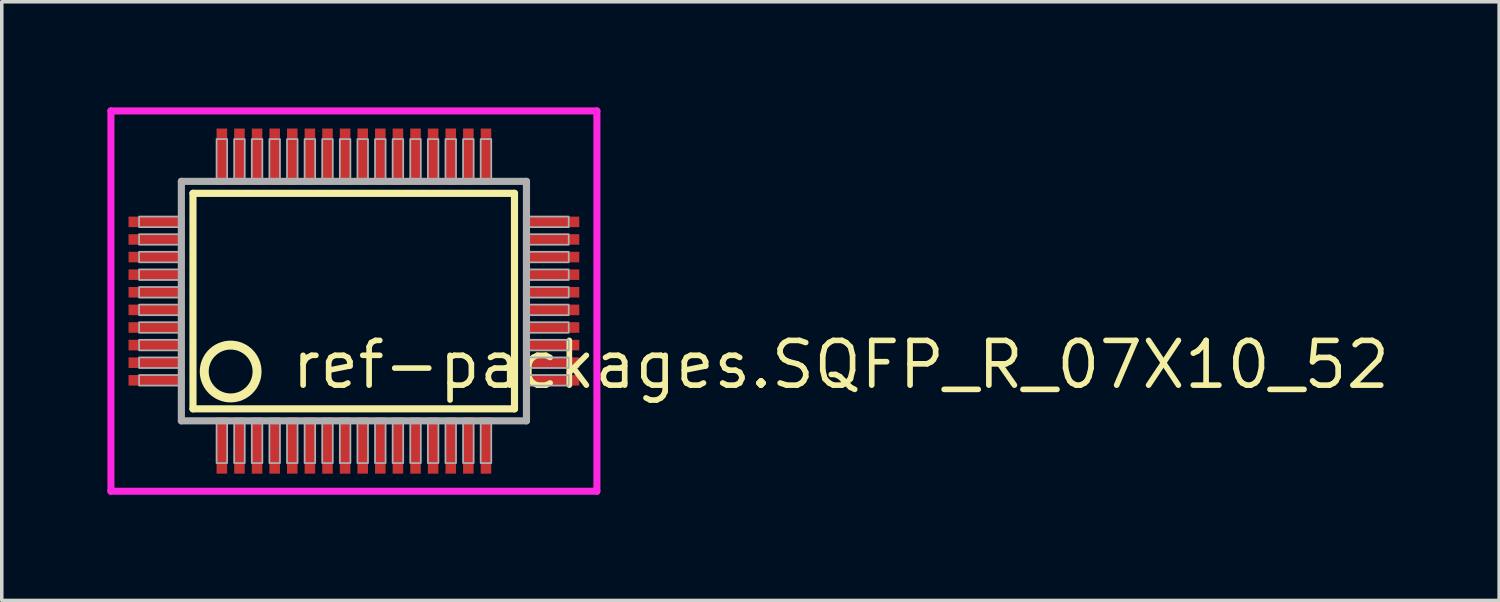
<source format=kicad_pcb>
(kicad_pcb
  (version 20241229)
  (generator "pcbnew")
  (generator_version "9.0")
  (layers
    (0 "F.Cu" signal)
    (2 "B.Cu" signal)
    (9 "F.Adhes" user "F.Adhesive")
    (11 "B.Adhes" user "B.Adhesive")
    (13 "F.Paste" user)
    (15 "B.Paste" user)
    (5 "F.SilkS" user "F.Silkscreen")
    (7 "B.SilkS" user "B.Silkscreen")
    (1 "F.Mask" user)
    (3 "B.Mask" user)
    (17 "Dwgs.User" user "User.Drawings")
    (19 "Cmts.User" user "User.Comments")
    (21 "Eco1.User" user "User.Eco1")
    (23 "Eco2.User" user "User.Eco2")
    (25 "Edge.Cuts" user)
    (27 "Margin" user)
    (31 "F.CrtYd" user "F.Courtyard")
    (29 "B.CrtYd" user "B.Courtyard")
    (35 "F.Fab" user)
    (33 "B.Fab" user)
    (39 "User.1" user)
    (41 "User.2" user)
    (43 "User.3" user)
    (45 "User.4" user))
  (footprint "ref-packages.SQFP_R_07X10_52"
    (layer "F.Cu")
    (at 7 5.5)
    (property "Reference" "ref-packages.SQFP_R_07X10_52" (at -1.85 2.55 0) (layer "F.SilkS") (effects (font (size 1.27 1.27) (thickness 0.16)) (justify left bottom)))
    (attr smd)
    (fp_line (start -4.57 -3.06) (end 4.56 -3.06) (stroke (width 0.203) (type default)) (layer "F.SilkS"))
    (fp_line (start -4.57 3.06) (end -4.57 -3.06) (stroke (width 0.203) (type default)) (layer "F.SilkS"))
    (fp_line (start 4.56 -3.06) (end 4.56 3.06) (stroke (width 0.203) (type default)) (layer "F.SilkS"))
    (fp_line (start 4.56 3.06) (end -4.57 3.06) (stroke (width 0.203) (type default)) (layer "F.SilkS"))
    (fp_circle (center -3.5 2) (end -2.75 2) (stroke (width 0.254) (type default)) (fill no) (layer "F.SilkS"))
    (fp_line (start -6.9 -5.4) (end 6.9 -5.4) (stroke (width 0.2) (type default)) (layer "F.CrtYd"))
    (fp_line (start -6.9 5.4) (end -6.9 -5.4) (stroke (width 0.2) (type default)) (layer "F.CrtYd"))
    (fp_line (start 6.9 -5.4) (end 6.9 5.4) (stroke (width 0.2) (type default)) (layer "F.CrtYd"))
    (fp_line (start 6.9 5.4) (end -6.9 5.4) (stroke (width 0.2) (type default)) (layer "F.CrtYd"))
    (fp_line (start -4.9 -3.4) (end -4.9 3.4) (stroke (width 0.203) (type default)) (layer "F.Fab"))
    (fp_line (start -4.9 3.4) (end 4.9 3.4) (stroke (width 0.203) (type default)) (layer "F.Fab"))
    (fp_line (start 4.9 -3.4) (end -4.9 -3.4) (stroke (width 0.203) (type default)) (layer "F.Fab"))
    (fp_line (start 4.9 3.4) (end 4.9 -3.4) (stroke (width 0.203) (type default)) (layer "F.Fab"))
    (fp_rect (start -6.1 -2.1) (end -4.95 -2.4) (stroke (width 0.05) (type default)) (fill no) (layer "F.Fab"))
    (fp_rect (start -6.1 -1.6) (end -4.95 -1.9) (stroke (width 0.05) (type default)) (fill no) (layer "F.Fab"))
    (fp_rect (start -6.1 -1.1) (end -4.95 -1.4) (stroke (width 0.05) (type default)) (fill no) (layer "F.Fab"))
    (fp_rect (start -6.1 -0.6) (end -4.95 -0.9) (stroke (width 0.05) (type default)) (fill no) (layer "F.Fab"))
    (fp_rect (start -6.1 -0.1) (end -4.95 -0.4) (stroke (width 0.05) (type default)) (fill no) (layer "F.Fab"))
    (fp_rect (start -6.1 0.4) (end -4.95 0.1) (stroke (width 0.05) (type default)) (fill no) (layer "F.Fab"))
    (fp_rect (start -6.1 0.9) (end -4.95 0.6) (stroke (width 0.05) (type default)) (fill no) (layer "F.Fab"))
    (fp_rect (start -6.1 1.4) (end -4.95 1.1) (stroke (width 0.05) (type default)) (fill no) (layer "F.Fab"))
    (fp_rect (start -6.1 1.9) (end -4.95 1.6) (stroke (width 0.05) (type default)) (fill no) (layer "F.Fab"))
    (fp_rect (start -6.1 2.4) (end -4.95 2.1) (stroke (width 0.05) (type default)) (fill no) (layer "F.Fab"))
    (fp_rect (start -3.9 -3.45) (end -3.6 -4.6) (stroke (width 0.05) (type default)) (fill no) (layer "F.Fab"))
    (fp_rect (start -3.9 4.6) (end -3.6 3.45) (stroke (width 0.05) (type default)) (fill no) (layer "F.Fab"))
    (fp_rect (start -3.4 -3.45) (end -3.1 -4.6) (stroke (width 0.05) (type default)) (fill no) (layer "F.Fab"))
    (fp_rect (start -3.4 4.6) (end -3.1 3.45) (stroke (width 0.05) (type default)) (fill no) (layer "F.Fab"))
    (fp_rect (start -2.9 -3.45) (end -2.6 -4.6) (stroke (width 0.05) (type default)) (fill no) (layer "F.Fab"))
    (fp_rect (start -2.9 4.6) (end -2.6 3.45) (stroke (width 0.05) (type default)) (fill no) (layer "F.Fab"))
    (fp_rect (start -2.4 -3.45) (end -2.1 -4.6) (stroke (width 0.05) (type default)) (fill no) (layer "F.Fab"))
    (fp_rect (start -2.4 4.6) (end -2.1 3.45) (stroke (width 0.05) (type default)) (fill no) (layer "F.Fab"))
    (fp_rect (start -1.9 -3.45) (end -1.6 -4.6) (stroke (width 0.05) (type default)) (fill no) (layer "F.Fab"))
    (fp_rect (start -1.9 4.6) (end -1.6 3.45) (stroke (width 0.05) (type default)) (fill no) (layer "F.Fab"))
    (fp_rect (start -1.4 -3.45) (end -1.1 -4.6) (stroke (width 0.05) (type default)) (fill no) (layer "F.Fab"))
    (fp_rect (start -1.4 4.6) (end -1.1 3.45) (stroke (width 0.05) (type default)) (fill no) (layer "F.Fab"))
    (fp_rect (start -0.9 -3.45) (end -0.6 -4.6) (stroke (width 0.05) (type default)) (fill no) (layer "F.Fab"))
    (fp_rect (start -0.9 4.6) (end -0.6 3.45) (stroke (width 0.05) (type default)) (fill no) (layer "F.Fab"))
    (fp_rect (start -0.4 -3.45) (end -0.1 -4.6) (stroke (width 0.05) (type default)) (fill no) (layer "F.Fab"))
    (fp_rect (start -0.4 4.6) (end -0.1 3.45) (stroke (width 0.05) (type default)) (fill no) (layer "F.Fab"))
    (fp_rect (start 0.1 -3.45) (end 0.4 -4.6) (stroke (width 0.05) (type default)) (fill no) (layer "F.Fab"))
    (fp_rect (start 0.1 4.6) (end 0.4 3.45) (stroke (width 0.05) (type default)) (fill no) (layer "F.Fab"))
    (fp_rect (start 0.6 -3.45) (end 0.9 -4.6) (stroke (width 0.05) (type default)) (fill no) (layer "F.Fab"))
    (fp_rect (start 0.6 4.6) (end 0.9 3.45) (stroke (width 0.05) (type default)) (fill no) (layer "F.Fab"))
    (fp_rect (start 1.1 -3.45) (end 1.4 -4.6) (stroke (width 0.05) (type default)) (fill no) (layer "F.Fab"))
    (fp_rect (start 1.1 4.6) (end 1.4 3.45) (stroke (width 0.05) (type default)) (fill no) (layer "F.Fab"))
    (fp_rect (start 1.6 -3.45) (end 1.9 -4.6) (stroke (width 0.05) (type default)) (fill no) (layer "F.Fab"))
    (fp_rect (start 1.6 4.6) (end 1.9 3.45) (stroke (width 0.05) (type default)) (fill no) (layer "F.Fab"))
    (fp_rect (start 2.1 -3.45) (end 2.4 -4.6) (stroke (width 0.05) (type default)) (fill no) (layer "F.Fab"))
    (fp_rect (start 2.1 4.6) (end 2.4 3.45) (stroke (width 0.05) (type default)) (fill no) (layer "F.Fab"))
    (fp_rect (start 2.6 -3.45) (end 2.9 -4.6) (stroke (width 0.05) (type default)) (fill no) (layer "F.Fab"))
    (fp_rect (start 2.6 4.6) (end 2.9 3.45) (stroke (width 0.05) (type default)) (fill no) (layer "F.Fab"))
    (fp_rect (start 3.1 -3.45) (end 3.4 -4.6) (stroke (width 0.05) (type default)) (fill no) (layer "F.Fab"))
    (fp_rect (start 3.1 4.6) (end 3.4 3.45) (stroke (width 0.05) (type default)) (fill no) (layer "F.Fab"))
    (fp_rect (start 3.6 -3.45) (end 3.9 -4.6) (stroke (width 0.05) (type default)) (fill no) (layer "F.Fab"))
    (fp_rect (start 3.6 4.6) (end 3.9 3.45) (stroke (width 0.05) (type default)) (fill no) (layer "F.Fab"))
    (fp_rect (start 4.95 -2.1) (end 6.1 -2.4) (stroke (width 0.05) (type default)) (fill no) (layer "F.Fab"))
    (fp_rect (start 4.95 -1.6) (end 6.1 -1.9) (stroke (width 0.05) (type default)) (fill no) (layer "F.Fab"))
    (fp_rect (start 4.95 -1.1) (end 6.1 -1.4) (stroke (width 0.05) (type default)) (fill no) (layer "F.Fab"))
    (fp_rect (start 4.95 -0.6) (end 6.1 -0.9) (stroke (width 0.05) (type default)) (fill no) (layer "F.Fab"))
    (fp_rect (start 4.95 -0.1) (end 6.1 -0.4) (stroke (width 0.05) (type default)) (fill no) (layer "F.Fab"))
    (fp_rect (start 4.95 0.4) (end 6.1 0.1) (stroke (width 0.05) (type default)) (fill no) (layer "F.Fab"))
    (fp_rect (start 4.95 0.9) (end 6.1 0.6) (stroke (width 0.05) (type default)) (fill no) (layer "F.Fab"))
    (fp_rect (start 4.95 1.4) (end 6.1 1.1) (stroke (width 0.05) (type default)) (fill no) (layer "F.Fab"))
    (fp_rect (start 4.95 1.9) (end 6.1 1.6) (stroke (width 0.05) (type default)) (fill no) (layer "F.Fab"))
    (fp_rect (start 4.95 2.4) (end 6.1 2.1) (stroke (width 0.05) (type default)) (fill no) (layer "F.Fab"))
    (pad "1" smd roundrect (at -3.75 4.1) (size 0.3 1.6) (layers "F.Cu" "F.Mask" "F.Paste") (roundrect_rratio 0.01))
    (pad "2" smd roundrect (at -3.25 4.1) (size 0.3 1.6) (layers "F.Cu" "F.Mask" "F.Paste") (roundrect_rratio 0.01))
    (pad "3" smd roundrect (at -2.75 4.1) (size 0.3 1.6) (layers "F.Cu" "F.Mask" "F.Paste") (roundrect_rratio 0.01))
    (pad "4" smd roundrect (at -2.25 4.1) (size 0.3 1.6) (layers "F.Cu" "F.Mask" "F.Paste") (roundrect_rratio 0.01))
    (pad "5" smd roundrect (at -1.75 4.1) (size 0.3 1.6) (layers "F.Cu" "F.Mask" "F.Paste") (roundrect_rratio 0.01))
    (pad "6" smd roundrect (at -1.25 4.1) (size 0.3 1.6) (layers "F.Cu" "F.Mask" "F.Paste") (roundrect_rratio 0.01))
    (pad "7" smd roundrect (at -0.75 4.1) (size 0.3 1.6) (layers "F.Cu" "F.Mask" "F.Paste") (roundrect_rratio 0.01))
    (pad "8" smd roundrect (at -0.25 4.1) (size 0.3 1.6) (layers "F.Cu" "F.Mask" "F.Paste") (roundrect_rratio 0.01))
    (pad "9" smd roundrect (at 0.25 4.1) (size 0.3 1.6) (layers "F.Cu" "F.Mask" "F.Paste") (roundrect_rratio 0.01))
    (pad "10" smd roundrect (at 0.75 4.1) (size 0.3 1.6) (layers "F.Cu" "F.Mask" "F.Paste") (roundrect_rratio 0.01))
    (pad "11" smd roundrect (at 1.25 4.1) (size 0.3 1.6) (layers "F.Cu" "F.Mask" "F.Paste") (roundrect_rratio 0.01))
    (pad "12" smd roundrect (at 1.75 4.1) (size 0.3 1.6) (layers "F.Cu" "F.Mask" "F.Paste") (roundrect_rratio 0.01))
    (pad "13" smd roundrect (at 2.25 4.1) (size 0.3 1.6) (layers "F.Cu" "F.Mask" "F.Paste") (roundrect_rratio 0.01))
    (pad "14" smd roundrect (at 2.75 4.1) (size 0.3 1.6) (layers "F.Cu" "F.Mask" "F.Paste") (roundrect_rratio 0.01))
    (pad "15" smd roundrect (at 3.25 4.1) (size 0.3 1.6) (layers "F.Cu" "F.Mask" "F.Paste") (roundrect_rratio 0.01))
    (pad "16" smd roundrect (at 3.75 4.1) (size 0.3 1.6) (layers "F.Cu" "F.Mask" "F.Paste") (roundrect_rratio 0.01))
    (pad "17" smd roundrect (at 5.6 2.25) (size 1.6 0.3) (layers "F.Cu" "F.Mask" "F.Paste") (roundrect_rratio 0.01))
    (pad "18" smd roundrect (at 5.6 1.75) (size 1.6 0.3) (layers "F.Cu" "F.Mask" "F.Paste") (roundrect_rratio 0.01))
    (pad "19" smd roundrect (at 5.6 1.25) (size 1.6 0.3) (layers "F.Cu" "F.Mask" "F.Paste") (roundrect_rratio 0.01))
    (pad "20" smd roundrect (at 5.6 0.75) (size 1.6 0.3) (layers "F.Cu" "F.Mask" "F.Paste") (roundrect_rratio 0.01))
    (pad "21" smd roundrect (at 5.6 0.25) (size 1.6 0.3) (layers "F.Cu" "F.Mask" "F.Paste") (roundrect_rratio 0.01))
    (pad "22" smd roundrect (at 5.6 -0.25) (size 1.6 0.3) (layers "F.Cu" "F.Mask" "F.Paste") (roundrect_rratio 0.01))
    (pad "23" smd roundrect (at 5.6 -0.75) (size 1.6 0.3) (layers "F.Cu" "F.Mask" "F.Paste") (roundrect_rratio 0.01))
    (pad "24" smd roundrect (at 5.6 -1.25) (size 1.6 0.3) (layers "F.Cu" "F.Mask" "F.Paste") (roundrect_rratio 0.01))
    (pad "25" smd roundrect (at 5.6 -1.75) (size 1.6 0.3) (layers "F.Cu" "F.Mask" "F.Paste") (roundrect_rratio 0.01))
    (pad "26" smd roundrect (at 5.6 -2.25) (size 1.6 0.3) (layers "F.Cu" "F.Mask" "F.Paste") (roundrect_rratio 0.01))
    (pad "27" smd roundrect (at 3.75 -4.1) (size 0.3 1.6) (layers "F.Cu" "F.Mask" "F.Paste") (roundrect_rratio 0.01))
    (pad "28" smd roundrect (at 3.25 -4.1) (size 0.3 1.6) (layers "F.Cu" "F.Mask" "F.Paste") (roundrect_rratio 0.01))
    (pad "29" smd roundrect (at 2.75 -4.1) (size 0.3 1.6) (layers "F.Cu" "F.Mask" "F.Paste") (roundrect_rratio 0.01))
    (pad "30" smd roundrect (at 2.25 -4.1) (size 0.3 1.6) (layers "F.Cu" "F.Mask" "F.Paste") (roundrect_rratio 0.01))
    (pad "31" smd roundrect (at 1.75 -4.1) (size 0.3 1.6) (layers "F.Cu" "F.Mask" "F.Paste") (roundrect_rratio 0.01))
    (pad "32" smd roundrect (at 1.25 -4.1) (size 0.3 1.6) (layers "F.Cu" "F.Mask" "F.Paste") (roundrect_rratio 0.01))
    (pad "33" smd roundrect (at 0.75 -4.1) (size 0.3 1.6) (layers "F.Cu" "F.Mask" "F.Paste") (roundrect_rratio 0.01))
    (pad "34" smd roundrect (at 0.25 -4.1) (size 0.3 1.6) (layers "F.Cu" "F.Mask" "F.Paste") (roundrect_rratio 0.01))
    (pad "35" smd roundrect (at -0.25 -4.1) (size 0.3 1.6) (layers "F.Cu" "F.Mask" "F.Paste") (roundrect_rratio 0.01))
    (pad "36" smd roundrect (at -0.75 -4.1) (size 0.3 1.6) (layers "F.Cu" "F.Mask" "F.Paste") (roundrect_rratio 0.01))
    (pad "37" smd roundrect (at -1.25 -4.1) (size 0.3 1.6) (layers "F.Cu" "F.Mask" "F.Paste") (roundrect_rratio 0.01))
    (pad "38" smd roundrect (at -1.75 -4.1) (size 0.3 1.6) (layers "F.Cu" "F.Mask" "F.Paste") (roundrect_rratio 0.01))
    (pad "39" smd roundrect (at -2.25 -4.1) (size 0.3 1.6) (layers "F.Cu" "F.Mask" "F.Paste") (roundrect_rratio 0.01))
    (pad "40" smd roundrect (at -2.75 -4.1) (size 0.3 1.6) (layers "F.Cu" "F.Mask" "F.Paste") (roundrect_rratio 0.01))
    (pad "41" smd roundrect (at -3.25 -4.1) (size 0.3 1.6) (layers "F.Cu" "F.Mask" "F.Paste") (roundrect_rratio 0.01))
    (pad "42" smd roundrect (at -3.75 -4.1) (size 0.3 1.6) (layers "F.Cu" "F.Mask" "F.Paste") (roundrect_rratio 0.01))
    (pad "43" smd roundrect (at -5.6 -2.25) (size 1.6 0.3) (layers "F.Cu" "F.Mask" "F.Paste") (roundrect_rratio 0.01))
    (pad "44" smd roundrect (at -5.6 -1.75) (size 1.6 0.3) (layers "F.Cu" "F.Mask" "F.Paste") (roundrect_rratio 0.01))
    (pad "45" smd roundrect (at -5.6 -1.25) (size 1.6 0.3) (layers "F.Cu" "F.Mask" "F.Paste") (roundrect_rratio 0.01))
    (pad "46" smd roundrect (at -5.6 -0.75) (size 1.6 0.3) (layers "F.Cu" "F.Mask" "F.Paste") (roundrect_rratio 0.01))
    (pad "47" smd roundrect (at -5.6 -0.25) (size 1.6 0.3) (layers "F.Cu" "F.Mask" "F.Paste") (roundrect_rratio 0.01))
    (pad "48" smd roundrect (at -5.6 0.25) (size 1.6 0.3) (layers "F.Cu" "F.Mask" "F.Paste") (roundrect_rratio 0.01))
    (pad "49" smd roundrect (at -5.6 0.75) (size 1.6 0.3) (layers "F.Cu" "F.Mask" "F.Paste") (roundrect_rratio 0.01))
    (pad "50" smd roundrect (at -5.6 1.25) (size 1.6 0.3) (layers "F.Cu" "F.Mask" "F.Paste") (roundrect_rratio 0.01))
    (pad "51" smd roundrect (at -5.6 1.75) (size 1.6 0.3) (layers "F.Cu" "F.Mask" "F.Paste") (roundrect_rratio 0.01))
    (pad "52" smd roundrect (at -5.6 2.25) (size 1.6 0.3) (layers "F.Cu" "F.Mask" "F.Paste") (roundrect_rratio 0.01)))
  (gr_rect
    (start -3 -3)
    (end 39.521 14)
    (stroke (width 0.1) (type default))
    (fill no)
    (layer "Edge.Cuts")))
</source>
